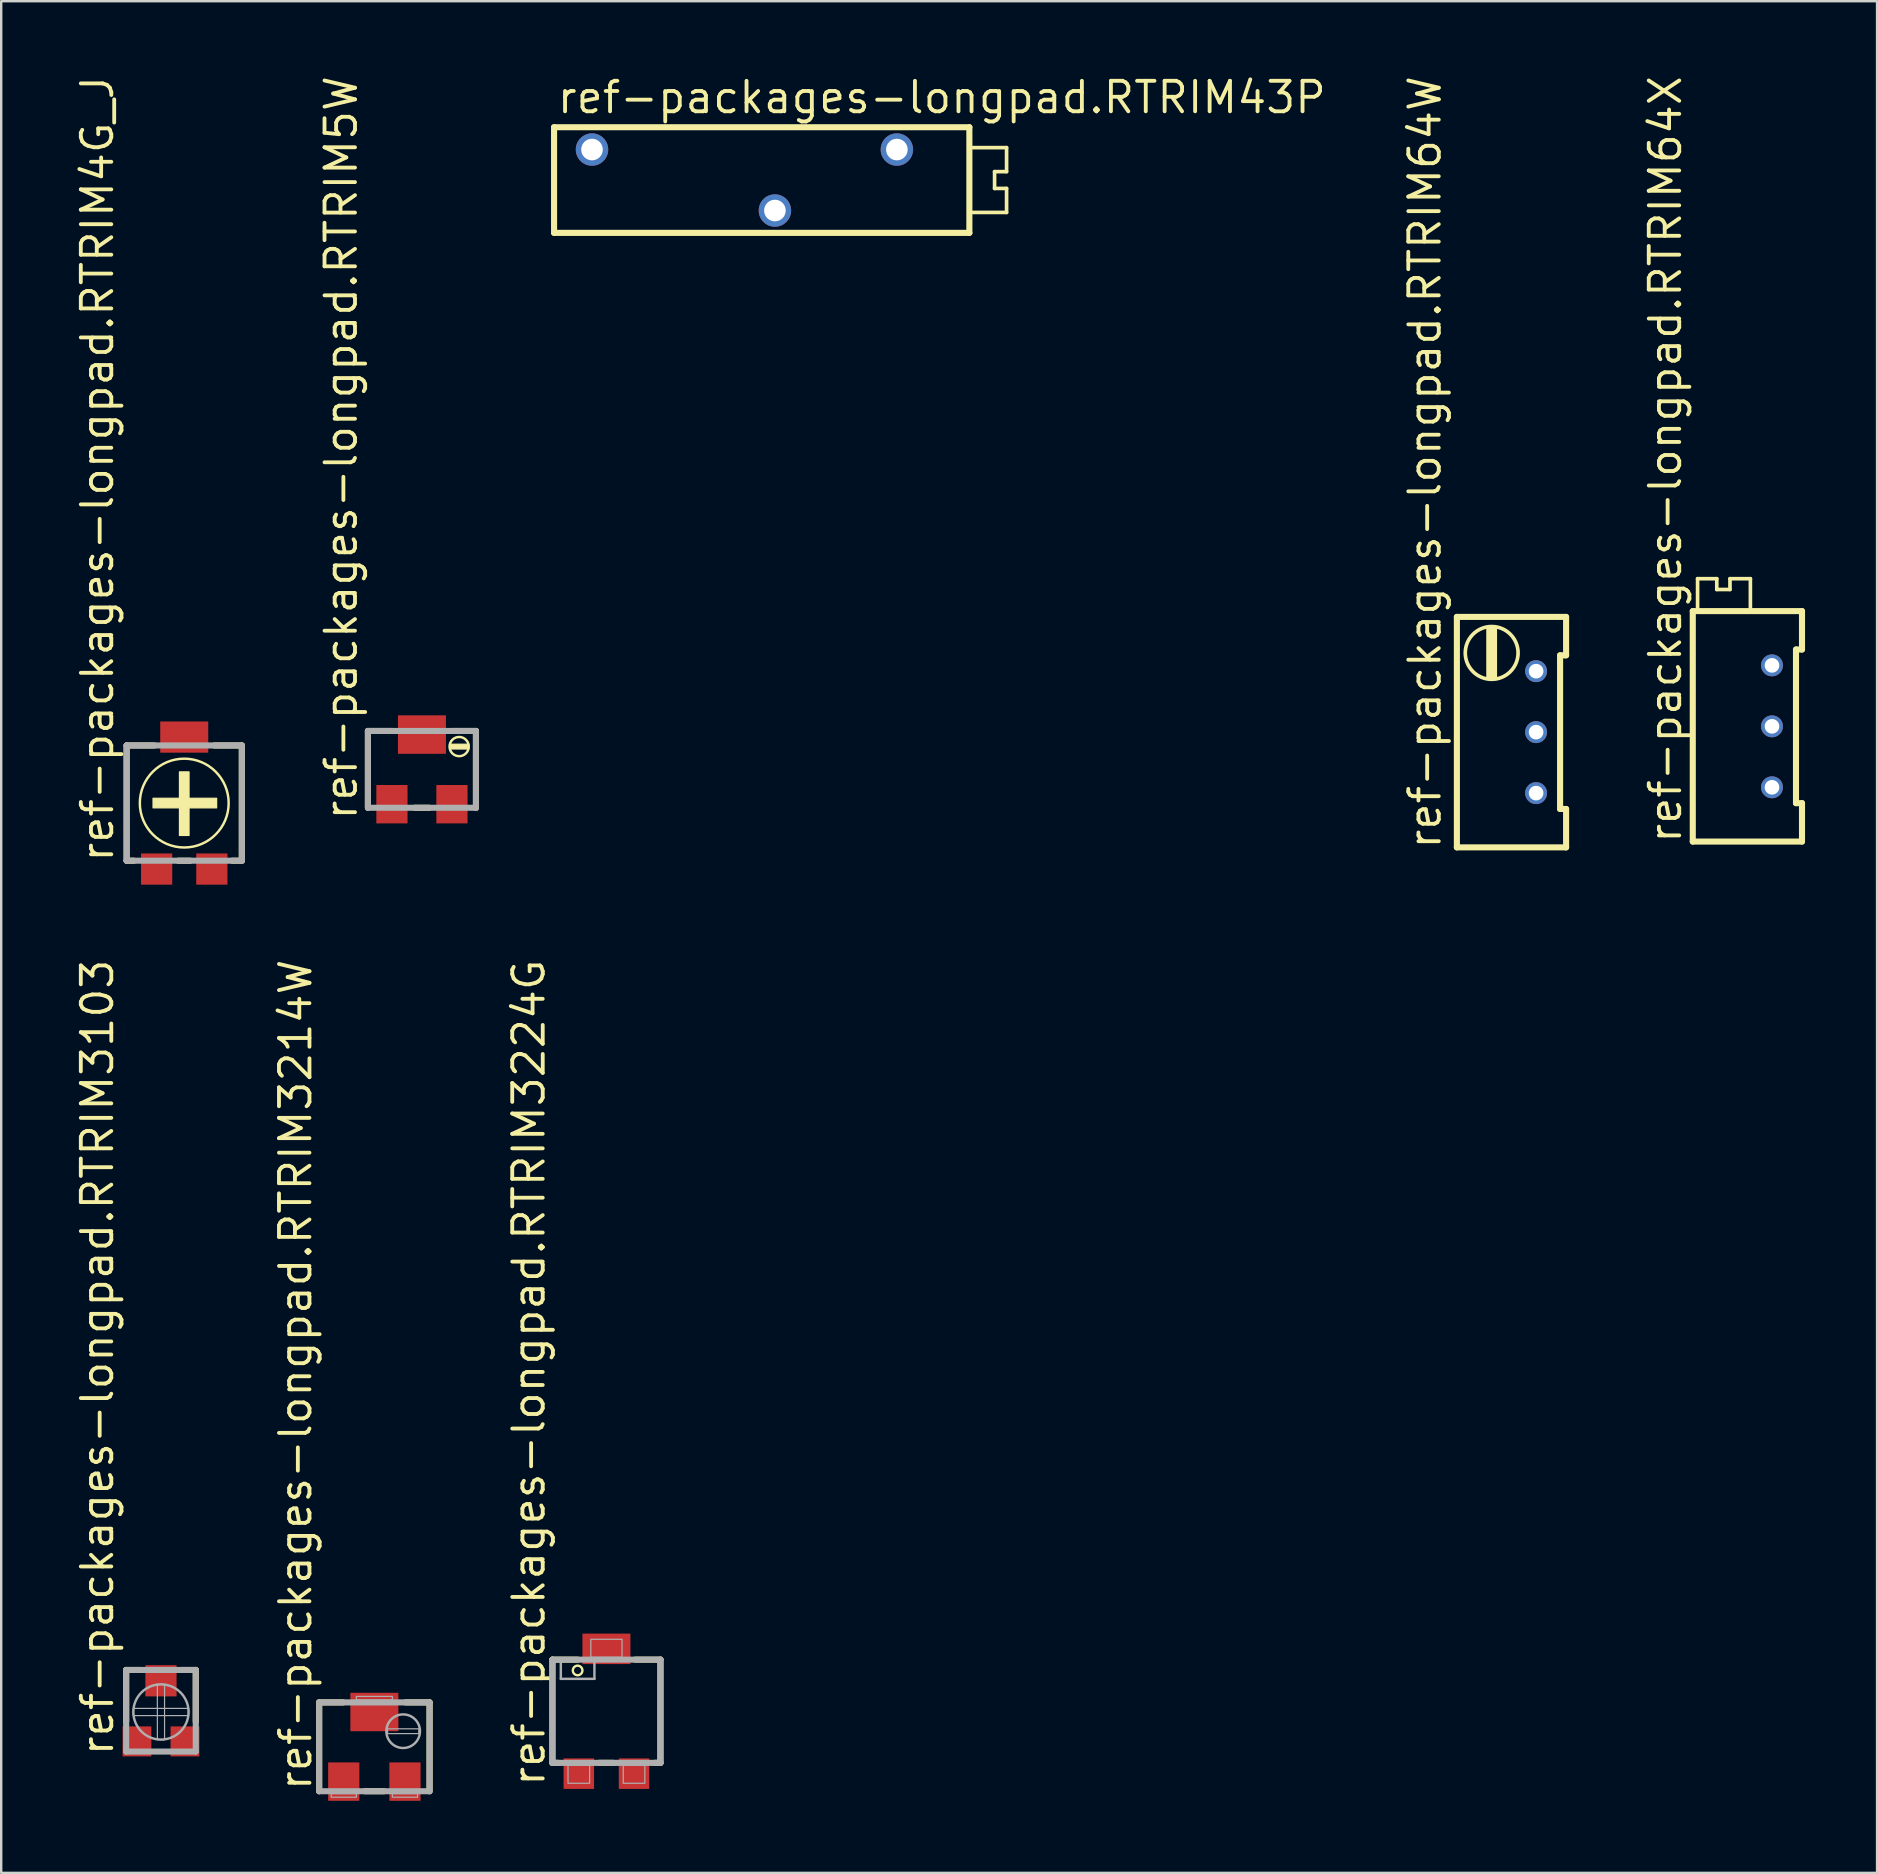
<source format=kicad_pcb>
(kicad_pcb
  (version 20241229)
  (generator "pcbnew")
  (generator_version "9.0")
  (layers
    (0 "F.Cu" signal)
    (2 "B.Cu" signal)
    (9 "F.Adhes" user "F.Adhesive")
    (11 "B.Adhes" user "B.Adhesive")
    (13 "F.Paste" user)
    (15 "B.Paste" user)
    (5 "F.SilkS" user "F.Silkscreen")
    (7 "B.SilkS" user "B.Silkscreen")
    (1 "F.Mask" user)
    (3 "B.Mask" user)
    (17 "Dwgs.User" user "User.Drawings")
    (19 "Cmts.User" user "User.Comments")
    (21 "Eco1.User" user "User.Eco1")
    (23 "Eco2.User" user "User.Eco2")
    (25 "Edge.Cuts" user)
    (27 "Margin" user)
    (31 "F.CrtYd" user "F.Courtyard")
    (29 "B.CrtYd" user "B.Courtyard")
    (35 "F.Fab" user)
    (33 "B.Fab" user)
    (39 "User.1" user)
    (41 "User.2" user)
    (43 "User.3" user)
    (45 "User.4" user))
  (footprint "ref-packages-longpad.RTRIM43P"
    (layer "F.Cu")
    (at 29.231 4.45)
    (property "Reference" "ref-packages-longpad.RTRIM43P" (at -9.15 -2.7 0) (layer "F.SilkS") (effects (font (size 1.27 1.27) (thickness 0.16)) (justify left bottom)))
    (attr through_hole)
    (fp_line (start -9.2 -2.2) (end -9.2 2.2) (stroke (width 0.254) (type default)) (layer "F.SilkS"))
    (fp_line (start -9.2 2.2) (end 8.1 2.2) (stroke (width 0.254) (type default)) (layer "F.SilkS"))
    (fp_line (start 8.1 -2.2) (end -9.2 -2.2) (stroke (width 0.254) (type default)) (layer "F.SilkS"))
    (fp_line (start 8.1 2.2) (end 8.1 -2.2) (stroke (width 0.254) (type default)) (layer "F.SilkS"))
    (fp_line (start 8.2 -1.35) (end 9.65 -1.35) (stroke (width 0.152) (type default)) (layer "F.SilkS"))
    (fp_line (start 9.15 -0.35) (end 9.15 0.35) (stroke (width 0.152) (type default)) (layer "F.SilkS"))
    (fp_line (start 9.15 0.35) (end 9.65 0.35) (stroke (width 0.152) (type default)) (layer "F.SilkS"))
    (fp_line (start 9.65 -1.35) (end 9.65 -0.35) (stroke (width 0.152) (type default)) (layer "F.SilkS"))
    (fp_line (start 9.65 -0.35) (end 9.15 -0.35) (stroke (width 0.152) (type default)) (layer "F.SilkS"))
    (fp_line (start 9.65 0.35) (end 9.65 1.35) (stroke (width 0.152) (type default)) (layer "F.SilkS"))
    (fp_line (start 9.65 1.35) (end 8.2 1.35) (stroke (width 0.152) (type default)) (layer "F.SilkS"))
    (pad "1" thru_hole circle (at -7.62 -1.27) (size 1.35 1.35) (drill 0.9) (layers "*.Cu" "*.Mask"))
    (pad "2" thru_hole circle (at 0 1.27) (size 1.35 1.35) (drill 0.9) (layers "*.Cu" "*.Mask"))
    (pad "3" thru_hole circle (at 5.08 -1.27) (size 1.35 1.35) (drill 0.9) (layers "*.Cu" "*.Mask")))
  (footprint "ref-packages-longpad.RTRIM3103"
    (layer "F.Cu")
    (at 3.655 68.266)
    (property "Reference" "ref-packages-longpad.RTRIM3103" (at -1.905 1.905 90) (layer "F.SilkS") (effects (font (size 1.27 1.27) (thickness 0.16)) (justify left bottom)))
    (attr smd)
    (fp_line (start -1.45 -1.75) (end -0.85 -1.75) (stroke (width 0.254) (type default)) (layer "F.SilkS"))
    (fp_line (start -1.45 0.4) (end -1.45 -1.75) (stroke (width 0.254) (type default)) (layer "F.SilkS"))
    (fp_line (start 1.45 -1.75) (end 0.85 -1.75) (stroke (width 0.254) (type default)) (layer "F.SilkS"))
    (fp_line (start 1.45 0.4) (end 1.45 -1.75) (stroke (width 0.254) (type default)) (layer "F.SilkS"))
    (fp_line (start -1.45 -1.75) (end -1.45 1.65) (stroke (width 0.254) (type default)) (layer "F.Fab"))
    (fp_line (start -1.45 1.65) (end 1.45 1.65) (stroke (width 0.254) (type default)) (layer "F.Fab"))
    (fp_line (start 1.45 -1.75) (end -1.45 -1.75) (stroke (width 0.254) (type default)) (layer "F.Fab"))
    (fp_line (start 1.45 1.65) (end 1.45 -1.75) (stroke (width 0.254) (type default)) (layer "F.Fab"))
    (fp_rect (start -1.15 0.15) (end 1.15 -0.15) (stroke (width 0.05) (type default)) (fill no) (layer "F.Fab"))
    (fp_rect (start -0.15 1.15) (end 0.15 -1.15) (stroke (width 0.05) (type default)) (fill no) (layer "F.Fab"))
    (fp_circle (center 0 0) (end 1.15 0) (stroke (width 0.102) (type default)) (fill no) (layer "F.Fab"))
    (pad "1" smd roundrect (at -1 1.225) (size 1.2 1.25) (layers "F.Cu" "F.Mask" "F.Paste") (roundrect_rratio 0.01))
    (pad "2" smd roundrect (at 0 -1.3) (size 1.3 1.3) (layers "F.Cu" "F.Mask" "F.Paste") (roundrect_rratio 0.01))
    (pad "3" smd roundrect (at 1 1.225) (size 1.2 1.25) (layers "F.Cu" "F.Mask" "F.Paste") (roundrect_rratio 0.01)))
  (footprint "ref-packages-longpad.RTRIM3224G"
    (layer "F.Cu")
    (at 22.212 68.236)
    (property "Reference" "ref-packages-longpad.RTRIM3224G" (at -2.49 3.205 90) (layer "F.SilkS") (effects (font (size 1.27 1.27) (thickness 0.16)) (justify left bottom)))
    (attr smd)
    (fp_line (start -2.25 -2.15) (end -2.25 2.15) (stroke (width 0.254) (type default)) (layer "F.SilkS"))
    (fp_line (start -2.25 2.15) (end -2 2.15) (stroke (width 0.254) (type default)) (layer "F.SilkS"))
    (fp_line (start -1.2 -2.15) (end -2.25 -2.15) (stroke (width 0.254) (type default)) (layer "F.SilkS"))
    (fp_line (start -0.3 2.15) (end 0.3 2.15) (stroke (width 0.254) (type default)) (layer "F.SilkS"))
    (fp_line (start 1.2 -2.15) (end 2.25 -2.15) (stroke (width 0.254) (type default)) (layer "F.SilkS"))
    (fp_line (start 2.25 -2.15) (end 2.25 2.15) (stroke (width 0.254) (type default)) (layer "F.SilkS"))
    (fp_line (start 2.25 2.15) (end 2 2.15) (stroke (width 0.254) (type default)) (layer "F.SilkS"))
    (fp_circle (center -1.2 -1.7) (end -1 -1.7) (stroke (width 0.1) (type default)) (fill no) (layer "F.SilkS"))
    (fp_line (start -2.25 -2.15) (end 2.25 -2.15) (stroke (width 0.254) (type default)) (layer "F.Fab"))
    (fp_line (start -2.25 2.15) (end -2.25 -2.15) (stroke (width 0.254) (type default)) (layer "F.Fab"))
    (fp_line (start -1.9 -1.35) (end -1.9 -2.05) (stroke (width 0.102) (type default)) (layer "F.Fab"))
    (fp_line (start -0.5 -2.05) (end -0.5 -1.35) (stroke (width 0.102) (type default)) (layer "F.Fab"))
    (fp_line (start -0.5 -1.35) (end -1.9 -1.35) (stroke (width 0.102) (type default)) (layer "F.Fab"))
    (fp_line (start 2.25 -2.15) (end 2.25 2.15) (stroke (width 0.254) (type default)) (layer "F.Fab"))
    (fp_line (start 2.25 2.15) (end -2.25 2.15) (stroke (width 0.254) (type default)) (layer "F.Fab"))
    (fp_rect (start -1.6 3) (end -0.7 2.25) (stroke (width 0.05) (type default)) (fill no) (layer "F.Fab"))
    (fp_rect (start -0.65 -2.25) (end 0.65 -3) (stroke (width 0.05) (type default)) (fill no) (layer "F.Fab"))
    (fp_rect (start 0.7 3) (end 1.6 2.25) (stroke (width 0.05) (type default)) (fill no) (layer "F.Fab"))
    (pad "1" smd roundrect (at -1.15 2.6) (size 1.27 1.27) (layers "F.Cu" "F.Mask" "F.Paste") (roundrect_rratio 0.01))
    (pad "2" smd roundrect (at 0 -2.6) (size 2 1.27) (layers "F.Cu" "F.Mask" "F.Paste") (roundrect_rratio 0.01))
    (pad "3" smd roundrect (at 1.15 2.6) (size 1.27 1.27) (layers "F.Cu" "F.Mask" "F.Paste") (roundrect_rratio 0.01)))
  (footprint "ref-packages-longpad.RTRIM3214W"
    (layer "F.Cu")
    (at 12.545 69.717)
    (property "Reference" "ref-packages-longpad.RTRIM3214W" (at -2.54 1.905 90) (layer "F.SilkS") (effects (font (size 1.27 1.27) (thickness 0.16)) (justify left bottom)))
    (attr smd)
    (fp_line (start -2.3 -1.85) (end -1.3 -1.85) (stroke (width 0.254) (type default)) (layer "F.SilkS"))
    (fp_line (start -2.3 1.85) (end -2.3 -1.85) (stroke (width 0.254) (type default)) (layer "F.SilkS"))
    (fp_line (start -0.4 1.85) (end 0.4 1.85) (stroke (width 0.254) (type default)) (layer "F.SilkS"))
    (fp_line (start 2.3 -1.85) (end 1.3 -1.85) (stroke (width 0.254) (type default)) (layer "F.SilkS"))
    (fp_line (start 2.3 1.85) (end 2.3 -1.85) (stroke (width 0.254) (type default)) (layer "F.SilkS"))
    (fp_line (start -2.3 -1.85) (end 2.3 -1.85) (stroke (width 0.254) (type default)) (layer "F.Fab"))
    (fp_line (start -2.3 1.85) (end -2.3 -1.85) (stroke (width 0.254) (type default)) (layer "F.Fab"))
    (fp_line (start 2.3 -1.85) (end 2.3 1.85) (stroke (width 0.254) (type default)) (layer "F.Fab"))
    (fp_line (start 2.3 1.85) (end -2.3 1.85) (stroke (width 0.254) (type default)) (layer "F.Fab"))
    (fp_rect (start -1.8 2.1) (end -0.75 1.95) (stroke (width 0.05) (type default)) (fill no) (layer "F.Fab"))
    (fp_rect (start -0.75 -1.95) (end 0.75 -2.1) (stroke (width 0.05) (type default)) (fill no) (layer "F.Fab"))
    (fp_rect (start 0.55 -0.55) (end 1.85 -0.75) (stroke (width 0.05) (type default)) (fill no) (layer "F.Fab"))
    (fp_rect (start 0.75 2.1) (end 1.8 1.95) (stroke (width 0.05) (type default)) (fill no) (layer "F.Fab"))
    (fp_circle (center 1.2 -0.65) (end 1.9 -0.65) (stroke (width 0.102) (type default)) (fill no) (layer "F.Fab"))
    (pad "1" smd roundrect (at -1.275 1.45) (size 1.3 1.6) (layers "F.Cu" "F.Mask" "F.Paste") (roundrect_rratio 0.01))
    (pad "2" smd roundrect (at 0 -1.45) (size 2 1.6) (layers "F.Cu" "F.Mask" "F.Paste") (roundrect_rratio 0.01))
    (pad "3" smd roundrect (at 1.275 1.45) (size 1.3 1.6) (layers "F.Cu" "F.Mask" "F.Paste") (roundrect_rratio 0.01)))
  (footprint "ref-packages-longpad.RTRIM4G_J"
    (layer "F.Cu")
    (at 4.625 30.404)
    (property "Reference" "ref-packages-longpad.RTRIM4G_J" (at -2.875 2.54 90) (layer "F.SilkS") (effects (font (size 1.27 1.27) (thickness 0.16)) (justify left bottom)))
    (attr smd)
    (fp_line (start -2.4 -2.4) (end -1.25 -2.4) (stroke (width 0.254) (type default)) (layer "F.SilkS"))
    (fp_line (start -2.4 2.4) (end -2.4 -2.4) (stroke (width 0.254) (type default)) (layer "F.SilkS"))
    (fp_line (start -2.1 2.4) (end -2.4 2.4) (stroke (width 0.254) (type default)) (layer "F.SilkS"))
    (fp_line (start -0.25 2.4) (end 0.25 2.4) (stroke (width 0.254) (type default)) (layer "F.SilkS"))
    (fp_line (start 2 2.4) (end 2.4 2.4) (stroke (width 0.254) (type default)) (layer "F.SilkS"))
    (fp_line (start 2.4 -2.4) (end 1.25 -2.4) (stroke (width 0.254) (type default)) (layer "F.SilkS"))
    (fp_line (start 2.4 2.4) (end 2.4 -2.4) (stroke (width 0.254) (type default)) (layer "F.SilkS"))
    (fp_rect (start -1.3 0.2) (end 1.35 -0.2) (stroke (width 0.05) (type default)) (fill yes) (layer "F.SilkS"))
    (fp_rect (start -0.2 1.35) (end 0.2 -1.3) (stroke (width 0.05) (type default)) (fill yes) (layer "F.SilkS"))
    (fp_circle (center 0 0) (end 1.85 0) (stroke (width 0.102) (type default)) (fill no) (layer "F.SilkS"))
    (fp_line (start -2.4 -2.4) (end -2.4 2.4) (stroke (width 0.254) (type default)) (layer "F.Fab"))
    (fp_line (start -2.4 2.4) (end 2.4 2.4) (stroke (width 0.254) (type default)) (layer "F.Fab"))
    (fp_line (start 2.4 -2.4) (end -2.4 -2.4) (stroke (width 0.254) (type default)) (layer "F.Fab"))
    (fp_line (start 2.4 2.4) (end 2.4 -2.4) (stroke (width 0.254) (type default)) (layer "F.Fab"))
    (pad "1" smd roundrect (at -1.15 2.75) (size 1.3 1.3) (layers "F.Cu" "F.Mask" "F.Paste") (roundrect_rratio 0.01))
    (pad "2" smd roundrect (at 0 -2.75) (size 2 1.3) (layers "F.Cu" "F.Mask" "F.Paste") (roundrect_rratio 0.01))
    (pad "3" smd roundrect (at 1.15 2.75) (size 1.3 1.3) (layers "F.Cu" "F.Mask" "F.Paste") (roundrect_rratio 0.01)))
  (footprint "ref-packages-longpad.RTRIM64W"
    (layer "F.Cu")
    (at 59.669 27.449)
    (property "Reference" "ref-packages-longpad.RTRIM64W" (at -2.62 4.95 90) (layer "F.SilkS") (effects (font (size 1.27 1.27) (thickness 0.16)) (justify left bottom)))
    (attr through_hole)
    (fp_line (start -2.03 -4.8) (end 2.52 -4.8) (stroke (width 0.254) (type default)) (layer "F.SilkS"))
    (fp_line (start -2.03 4.8) (end -2.03 -4.8) (stroke (width 0.254) (type default)) (layer "F.SilkS"))
    (fp_line (start 2.27 -3.2) (end 2.27 3.2) (stroke (width 0.254) (type default)) (layer "F.SilkS"))
    (fp_line (start 2.27 3.2) (end 2.52 3.2) (stroke (width 0.254) (type default)) (layer "F.SilkS"))
    (fp_line (start 2.52 -4.8) (end 2.52 -3.2) (stroke (width 0.254) (type default)) (layer "F.SilkS"))
    (fp_line (start 2.52 -3.2) (end 2.27 -3.2) (stroke (width 0.254) (type default)) (layer "F.SilkS"))
    (fp_line (start 2.52 3.2) (end 2.52 4.8) (stroke (width 0.254) (type default)) (layer "F.SilkS"))
    (fp_line (start 2.52 4.8) (end -2.03 4.8) (stroke (width 0.254) (type default)) (layer "F.SilkS"))
    (fp_rect (start -0.78 -2.25) (end -0.38 -4.35) (stroke (width 0.05) (type default)) (fill yes) (layer "F.SilkS"))
    (fp_circle (center -0.58 -3.3) (end 0.52 -3.3) (stroke (width 0.152) (type default)) (fill no) (layer "F.SilkS"))
    (pad "1" thru_hole circle (at 1.27 2.54) (size 0.914 0.914) (drill 0.61) (layers "*.Cu" "*.Mask"))
    (pad "2" thru_hole circle (at 1.27 0) (size 0.914 0.914) (drill 0.61) (layers "*.Cu" "*.Mask"))
    (pad "3" thru_hole circle (at 1.27 -2.54) (size 0.914 0.914) (drill 0.61) (layers "*.Cu" "*.Mask")))
  (footprint "ref-packages-longpad.RTRIM5W"
    (layer "F.Cu")
    (at 14.527 29)
    (property "Reference" "ref-packages-longpad.RTRIM5W" (at -2.625 2.19 90) (layer "F.SilkS") (effects (font (size 1.27 1.27) (thickness 0.16)) (justify left bottom)))
    (attr smd)
    (fp_line (start -2.25 -1.6) (end -2.25 1.6) (stroke (width 0.254) (type default)) (layer "F.SilkS"))
    (fp_line (start -1.25 -1.6) (end -2.25 -1.6) (stroke (width 0.254) (type default)) (layer "F.SilkS"))
    (fp_line (start -0.3 1.6) (end 0.3 1.6) (stroke (width 0.254) (type default)) (layer "F.SilkS"))
    (fp_line (start 1.25 -1.6) (end 2.25 -1.6) (stroke (width 0.254) (type default)) (layer "F.SilkS"))
    (fp_line (start 2.25 -1.6) (end 2.25 1.6) (stroke (width 0.254) (type default)) (layer "F.SilkS"))
    (fp_rect (start 1.15 -0.85) (end 1.95 -1.05) (stroke (width 0.05) (type default)) (fill yes) (layer "F.SilkS"))
    (fp_circle (center 1.55 -0.95) (end 1.95 -0.95) (stroke (width 0.102) (type default)) (fill no) (layer "F.SilkS"))
    (fp_line (start -2.25 -1.6) (end -2.25 1.6) (stroke (width 0.254) (type default)) (layer "F.Fab"))
    (fp_line (start -2.25 1.6) (end 2.25 1.6) (stroke (width 0.254) (type default)) (layer "F.Fab"))
    (fp_line (start 2.25 -1.6) (end -2.25 -1.6) (stroke (width 0.254) (type default)) (layer "F.Fab"))
    (fp_line (start 2.25 1.6) (end 2.25 -1.6) (stroke (width 0.254) (type default)) (layer "F.Fab"))
    (pad "1" smd roundrect (at -1.25 1.45) (size 1.3 1.6) (layers "F.Cu" "F.Mask" "F.Paste") (roundrect_rratio 0.01))
    (pad "2" smd roundrect (at 0 -1.45) (size 2 1.6) (layers "F.Cu" "F.Mask" "F.Paste") (roundrect_rratio 0.01))
    (pad "3" smd roundrect (at 1.25 1.45) (size 1.3 1.6) (layers "F.Cu" "F.Mask" "F.Paste") (roundrect_rratio 0.01)))
  (footprint "ref-packages-longpad.RTRIM64X"
    (layer "F.Cu")
    (at 69.496 27.207)
    (property "Reference" "ref-packages-longpad.RTRIM64X" (at -2.43 4.95 90) (layer "F.SilkS") (effects (font (size 1.27 1.27) (thickness 0.16)) (justify left bottom)))
    (attr through_hole)
    (fp_line (start -2.03 -4.8) (end 2.52 -4.8) (stroke (width 0.254) (type default)) (layer "F.SilkS"))
    (fp_line (start -2.03 4.8) (end -2.03 -4.8) (stroke (width 0.254) (type default)) (layer "F.SilkS"))
    (fp_line (start -1.83 -6.15) (end -1.03 -6.15) (stroke (width 0.152) (type default)) (layer "F.SilkS"))
    (fp_line (start -1.83 -4.95) (end -1.83 -6.15) (stroke (width 0.152) (type default)) (layer "F.SilkS"))
    (fp_line (start -1.03 -6.15) (end -1.03 -5.7) (stroke (width 0.152) (type default)) (layer "F.SilkS"))
    (fp_line (start -1.03 -5.7) (end -0.48 -5.7) (stroke (width 0.152) (type default)) (layer "F.SilkS"))
    (fp_line (start -0.48 -6.15) (end 0.37 -6.15) (stroke (width 0.152) (type default)) (layer "F.SilkS"))
    (fp_line (start -0.48 -5.7) (end -0.48 -6.15) (stroke (width 0.152) (type default)) (layer "F.SilkS"))
    (fp_line (start 0.37 -6.15) (end 0.37 -4.95) (stroke (width 0.152) (type default)) (layer "F.SilkS"))
    (fp_line (start 2.27 -3.2) (end 2.27 3.2) (stroke (width 0.254) (type default)) (layer "F.SilkS"))
    (fp_line (start 2.27 3.2) (end 2.52 3.2) (stroke (width 0.254) (type default)) (layer "F.SilkS"))
    (fp_line (start 2.52 -4.8) (end 2.52 -3.2) (stroke (width 0.254) (type default)) (layer "F.SilkS"))
    (fp_line (start 2.52 -3.2) (end 2.27 -3.2) (stroke (width 0.254) (type default)) (layer "F.SilkS"))
    (fp_line (start 2.52 3.2) (end 2.52 4.8) (stroke (width 0.254) (type default)) (layer "F.SilkS"))
    (fp_line (start 2.52 4.8) (end -2.03 4.8) (stroke (width 0.254) (type default)) (layer "F.SilkS"))
    (pad "1" thru_hole circle (at 1.27 2.54) (size 0.914 0.914) (drill 0.61) (layers "*.Cu" "*.Mask"))
    (pad "2" thru_hole circle (at 1.27 0) (size 0.914 0.914) (drill 0.61) (layers "*.Cu" "*.Mask"))
    (pad "3" thru_hole circle (at 1.27 -2.54) (size 0.914 0.914) (drill 0.61) (layers "*.Cu" "*.Mask")))
  (gr_rect
    (start -3 -3)
    (end 75.143 74.967)
    (stroke (width 0.1) (type default))
    (fill no)
    (layer "Edge.Cuts")))
</source>
